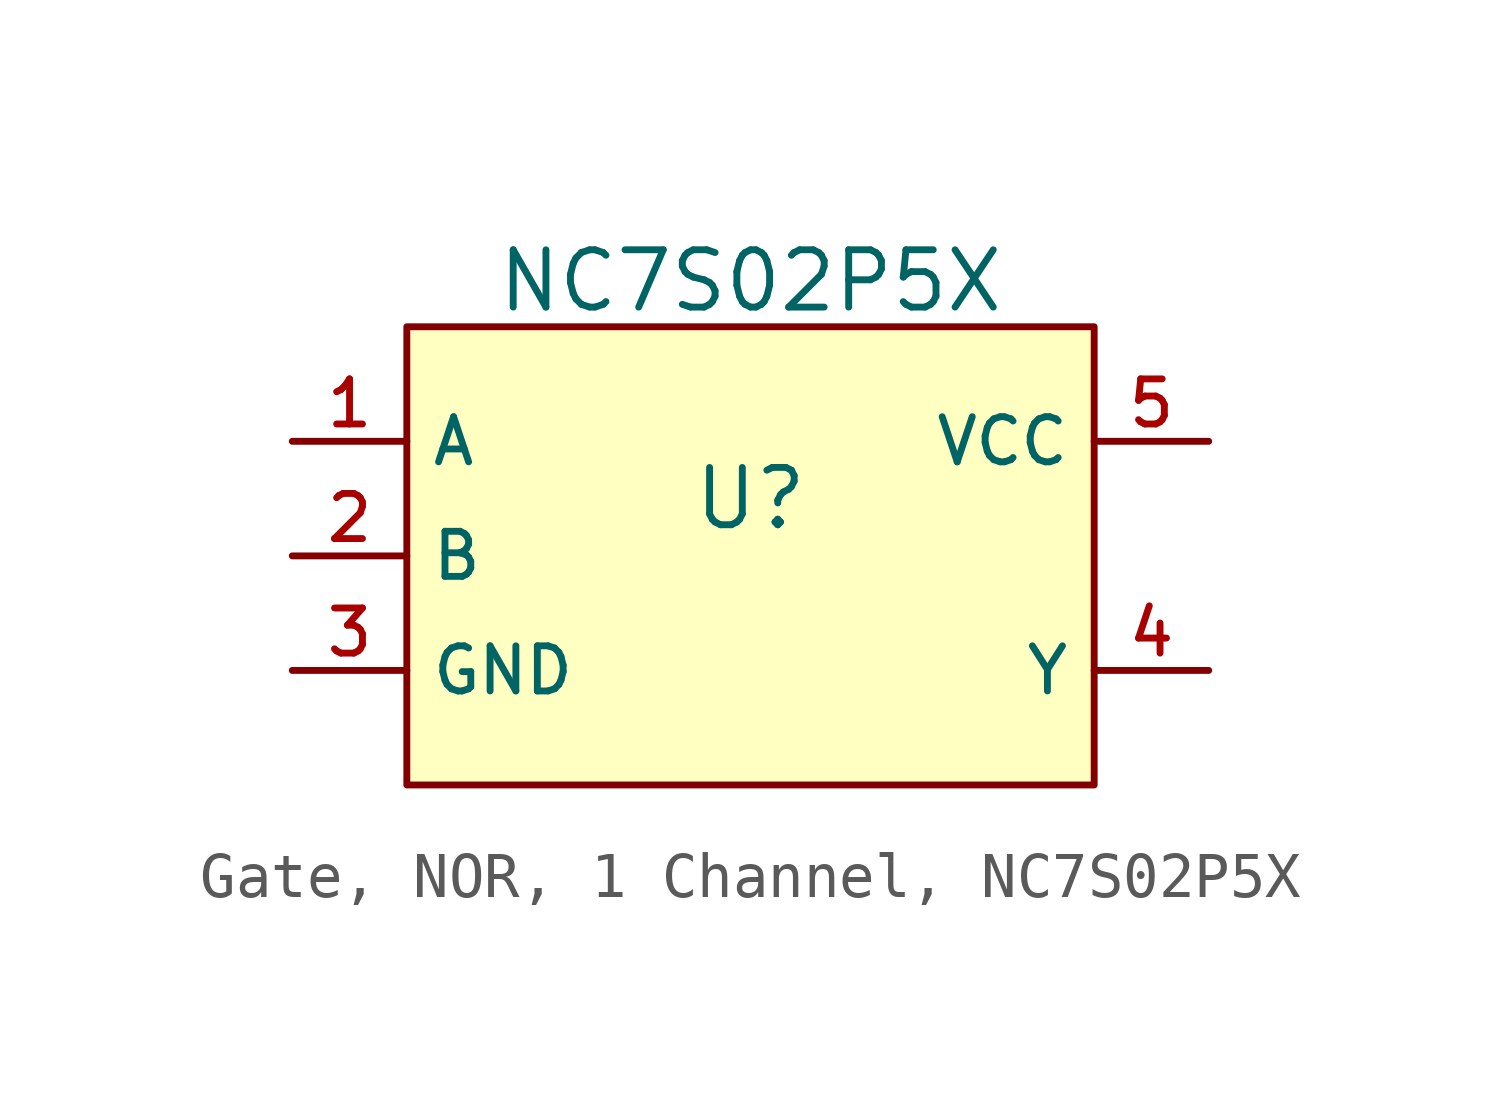
<source format=kicad_sym>
(kicad_symbol_lib
  (version 20231120)
  (generator "CDFER_Archive_Tool")
  (generator_version "0.0")
  (symbol "Gate, NOR, 1 Channel, NC7S02P5X"
    (property "Reference" "U"
      (at 0 1.27 0)
      (effects (font (size 1.27 1.27))))
    (property "Value" "NC7S02P5X"
      (at 0 6.096 0)
      (effects (font (size 1.27 1.27))))
    (symbol "Gate, NOR, 1 Channel, NC7S02P5X_0_1"
      (rectangle (start -7.62 5.08) (end 7.62 -5.08) (stroke (width 0) (type default)) (fill (type background)))
      (pin unspecified line (at -10.16 2.54 0) (length 2.54) (name "A" (effects (font (size 1 1)))) (number "1" (effects (font (size 1 1)))))
      (pin unspecified line (at -10.16 0 0) (length 2.54) (name "B" (effects (font (size 1 1)))) (number "2" (effects (font (size 1 1)))))
      (pin unspecified line (at -10.16 -2.54 0) (length 2.54) (name "GND" (effects (font (size 1 1)))) (number "3" (effects (font (size 1 1)))))
      (pin unspecified line (at 10.16 -2.54 180) (length 2.54) (name "Y" (effects (font (size 1 1)))) (number "4" (effects (font (size 1 1)))))
      (pin unspecified line (at 10.16 2.54 180) (length 2.54) (name "VCC" (effects (font (size 1 1)))) (number "5" (effects (font (size 1 1))))))))
</source>
